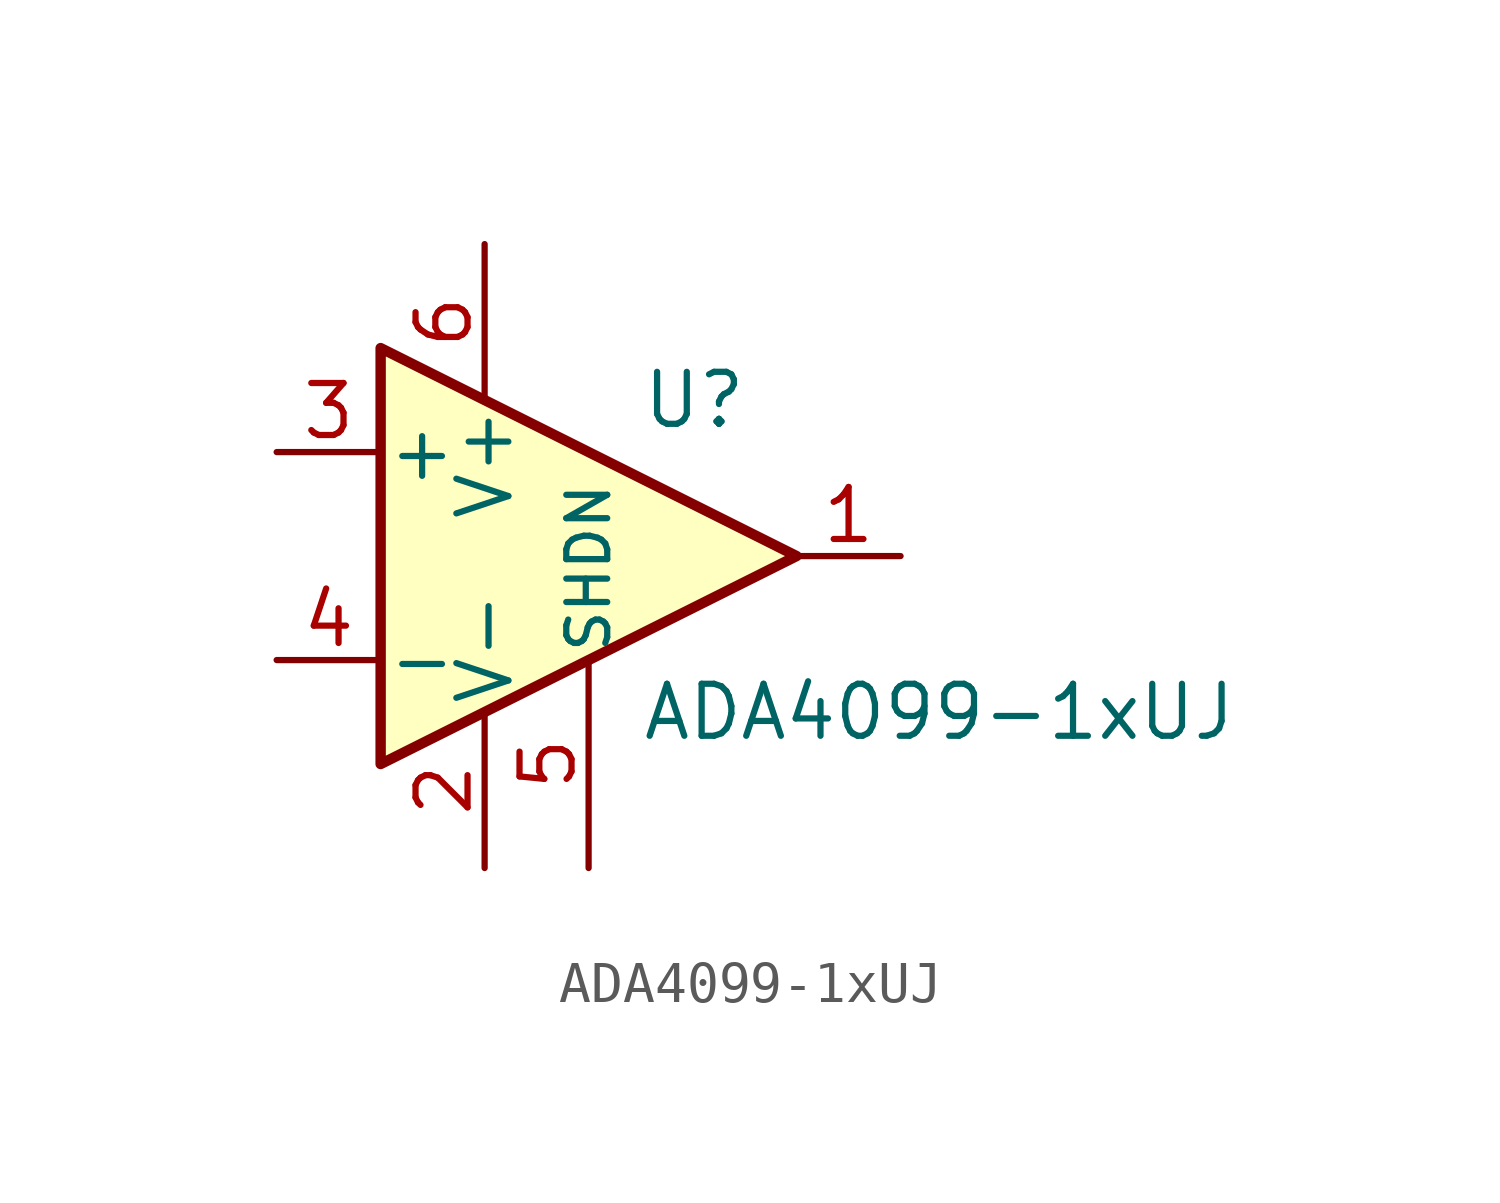
<source format=kicad_sym>
(kicad_symbol_lib
  (version 20241209)
  (generator "kicad_symbol_editor")
  (generator_version "9.0")
  (symbol "ADA4099-1xUJ"
    (pin_names
      (offset 0.127))
    (property "Reference" "U"
      (at 1.27 3.81 0)
      (effects (font (size 1.27 1.27)) (justify left)))
    (property "Value" "ADA4099-1xUJ"
      (at 1.27 -3.81 0)
      (effects (font (size 1.27 1.27)) (justify left)))
    (symbol "ADA4099-1xUJ_0_1"
      (polyline (pts (xy -5.08 5.08) (xy 5.08 0) (xy -5.08 -5.08) (xy -5.08 5.08)) (stroke (width 0.254) (type default)) (fill (type background))))
    (symbol "ADA4099-1xUJ_1_1"
      (pin input line (at -7.62 2.54 0) (length 2.54) (name "+" (effects (font (size 1.27 1.27)))) (number "3" (effects (font (size 1.27 1.27)))))
      (pin input line (at -7.62 -2.54 0) (length 2.54) (name "-" (effects (font (size 1.27 1.27)))) (number "4" (effects (font (size 1.27 1.27)))))
      (pin power_in line (at -2.54 7.62 270) (length 3.81) (name "V+" (effects (font (size 1.27 1.27)))) (number "6" (effects (font (size 1.27 1.27)))))
      (pin power_in line (at -2.54 -7.62 90) (length 3.81) (name "V-" (effects (font (size 1.27 1.27)))) (number "2" (effects (font (size 1.27 1.27)))))
      (pin input line (at 0 -7.62 90) (length 5.08) (name "SHDN" (effects (font (size 1 1)))) (number "5" (effects (font (size 1.27 1.27)))))
      (pin output line (at 7.62 0 180) (length 2.54) (name "~" (effects (font (size 1.27 1.27)))) (number "1" (effects (font (size 1.27 1.27))))))))
</source>
